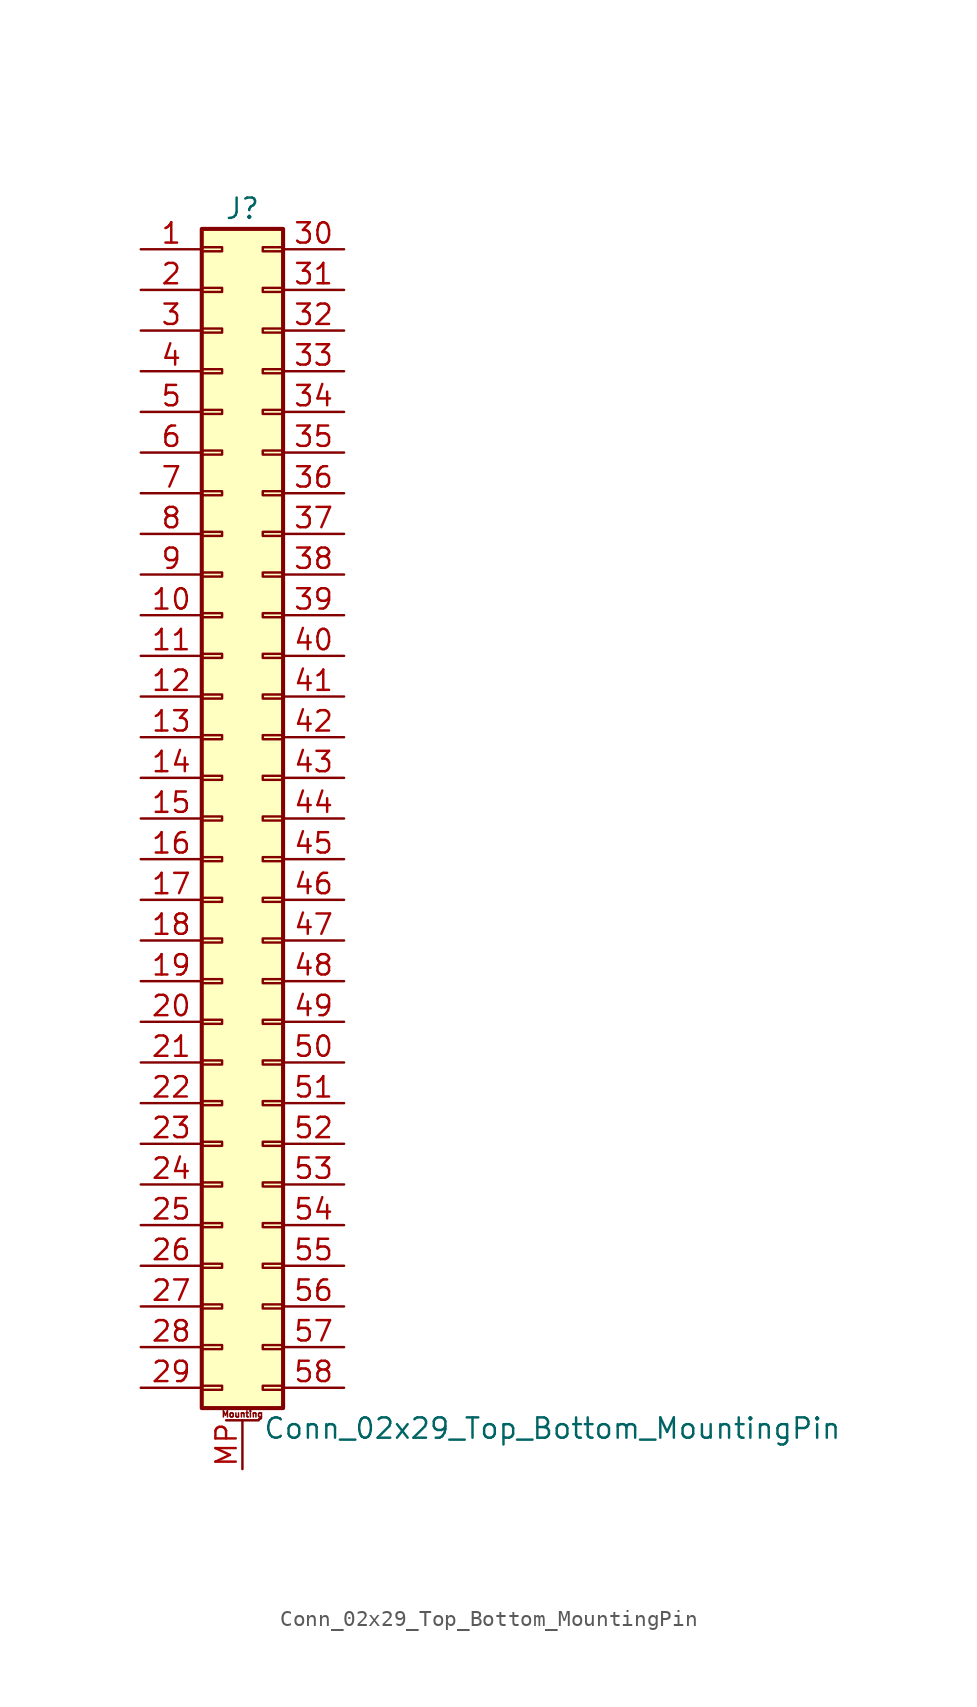
<source format=kicad_sym>
(kicad_symbol_lib
  (version 20211014)
  (generator kicad_symbol_editor)
  (symbol "Conn_02x29_Top_Bottom_MountingPin"
    (pin_names
      (offset 1.016) hide)
    (property "Reference" "J"
      (at 1.27 38.1 0)
      (effects (font (size 1.27 1.27))))
    (property "Value" "Conn_02x29_Top_Bottom_MountingPin"
      (at 2.54 -38.1 0)
      (effects (font (size 1.27 1.27)) (justify left)))
    (symbol "Conn_02x29_Top_Bottom_MountingPin_1_1"
      (rectangle (start -1.27 -35.433) (end 0 -35.687) (stroke (width 0.152) (type default) (color 0 0 0 0)) (fill (type none)))
      (rectangle (start -1.27 -32.893) (end 0 -33.147) (stroke (width 0.152) (type default) (color 0 0 0 0)) (fill (type none)))
      (rectangle (start -1.27 -30.353) (end 0 -30.607) (stroke (width 0.152) (type default) (color 0 0 0 0)) (fill (type none)))
      (rectangle (start -1.27 -27.813) (end 0 -28.067) (stroke (width 0.152) (type default) (color 0 0 0 0)) (fill (type none)))
      (rectangle (start -1.27 -25.273) (end 0 -25.527) (stroke (width 0.152) (type default) (color 0 0 0 0)) (fill (type none)))
      (rectangle (start -1.27 -22.733) (end 0 -22.987) (stroke (width 0.152) (type default) (color 0 0 0 0)) (fill (type none)))
      (rectangle (start -1.27 -20.193) (end 0 -20.447) (stroke (width 0.152) (type default) (color 0 0 0 0)) (fill (type none)))
      (rectangle (start -1.27 -17.653) (end 0 -17.907) (stroke (width 0.152) (type default) (color 0 0 0 0)) (fill (type none)))
      (rectangle (start -1.27 -15.113) (end 0 -15.367) (stroke (width 0.152) (type default) (color 0 0 0 0)) (fill (type none)))
      (rectangle (start -1.27 -12.573) (end 0 -12.827) (stroke (width 0.152) (type default) (color 0 0 0 0)) (fill (type none)))
      (rectangle (start -1.27 -10.033) (end 0 -10.287) (stroke (width 0.152) (type default) (color 0 0 0 0)) (fill (type none)))
      (rectangle (start -1.27 -7.493) (end 0 -7.747) (stroke (width 0.152) (type default) (color 0 0 0 0)) (fill (type none)))
      (rectangle (start -1.27 -4.953) (end 0 -5.207) (stroke (width 0.152) (type default) (color 0 0 0 0)) (fill (type none)))
      (rectangle (start -1.27 -2.413) (end 0 -2.667) (stroke (width 0.152) (type default) (color 0 0 0 0)) (fill (type none)))
      (rectangle (start -1.27 0.127) (end 0 -0.127) (stroke (width 0.152) (type default) (color 0 0 0 0)) (fill (type none)))
      (rectangle (start -1.27 2.667) (end 0 2.413) (stroke (width 0.152) (type default) (color 0 0 0 0)) (fill (type none)))
      (rectangle (start -1.27 5.207) (end 0 4.953) (stroke (width 0.152) (type default) (color 0 0 0 0)) (fill (type none)))
      (rectangle (start -1.27 7.747) (end 0 7.493) (stroke (width 0.152) (type default) (color 0 0 0 0)) (fill (type none)))
      (rectangle (start -1.27 10.287) (end 0 10.033) (stroke (width 0.152) (type default) (color 0 0 0 0)) (fill (type none)))
      (rectangle (start -1.27 12.827) (end 0 12.573) (stroke (width 0.152) (type default) (color 0 0 0 0)) (fill (type none)))
      (rectangle (start -1.27 15.367) (end 0 15.113) (stroke (width 0.152) (type default) (color 0 0 0 0)) (fill (type none)))
      (rectangle (start -1.27 17.907) (end 0 17.653) (stroke (width 0.152) (type default) (color 0 0 0 0)) (fill (type none)))
      (rectangle (start -1.27 20.447) (end 0 20.193) (stroke (width 0.152) (type default) (color 0 0 0 0)) (fill (type none)))
      (rectangle (start -1.27 22.987) (end 0 22.733) (stroke (width 0.152) (type default) (color 0 0 0 0)) (fill (type none)))
      (rectangle (start -1.27 25.527) (end 0 25.273) (stroke (width 0.152) (type default) (color 0 0 0 0)) (fill (type none)))
      (rectangle (start -1.27 28.067) (end 0 27.813) (stroke (width 0.152) (type default) (color 0 0 0 0)) (fill (type none)))
      (rectangle (start -1.27 30.607) (end 0 30.353) (stroke (width 0.152) (type default) (color 0 0 0 0)) (fill (type none)))
      (rectangle (start -1.27 33.147) (end 0 32.893) (stroke (width 0.152) (type default) (color 0 0 0 0)) (fill (type none)))
      (rectangle (start -1.27 35.687) (end 0 35.433) (stroke (width 0.152) (type default) (color 0 0 0 0)) (fill (type none)))
      (rectangle (start -1.27 36.83) (end 3.81 -36.83) (stroke (width 0.254) (type default) (color 0 0 0 0)) (fill (type background)))
      (polyline (pts (xy 0.254 -37.592) (xy 2.286 -37.592)) (stroke (width 0.152) (type default) (color 0 0 0 0)) (fill (type none)))
      (rectangle (start 3.81 -35.433) (end 2.54 -35.687) (stroke (width 0.152) (type default) (color 0 0 0 0)) (fill (type none)))
      (rectangle (start 3.81 -32.893) (end 2.54 -33.147) (stroke (width 0.152) (type default) (color 0 0 0 0)) (fill (type none)))
      (rectangle (start 3.81 -30.353) (end 2.54 -30.607) (stroke (width 0.152) (type default) (color 0 0 0 0)) (fill (type none)))
      (rectangle (start 3.81 -27.813) (end 2.54 -28.067) (stroke (width 0.152) (type default) (color 0 0 0 0)) (fill (type none)))
      (rectangle (start 3.81 -25.273) (end 2.54 -25.527) (stroke (width 0.152) (type default) (color 0 0 0 0)) (fill (type none)))
      (rectangle (start 3.81 -22.733) (end 2.54 -22.987) (stroke (width 0.152) (type default) (color 0 0 0 0)) (fill (type none)))
      (rectangle (start 3.81 -20.193) (end 2.54 -20.447) (stroke (width 0.152) (type default) (color 0 0 0 0)) (fill (type none)))
      (rectangle (start 3.81 -17.653) (end 2.54 -17.907) (stroke (width 0.152) (type default) (color 0 0 0 0)) (fill (type none)))
      (rectangle (start 3.81 -15.113) (end 2.54 -15.367) (stroke (width 0.152) (type default) (color 0 0 0 0)) (fill (type none)))
      (rectangle (start 3.81 -12.573) (end 2.54 -12.827) (stroke (width 0.152) (type default) (color 0 0 0 0)) (fill (type none)))
      (rectangle (start 3.81 -10.033) (end 2.54 -10.287) (stroke (width 0.152) (type default) (color 0 0 0 0)) (fill (type none)))
      (rectangle (start 3.81 -7.493) (end 2.54 -7.747) (stroke (width 0.152) (type default) (color 0 0 0 0)) (fill (type none)))
      (rectangle (start 3.81 -4.953) (end 2.54 -5.207) (stroke (width 0.152) (type default) (color 0 0 0 0)) (fill (type none)))
      (rectangle (start 3.81 -2.413) (end 2.54 -2.667) (stroke (width 0.152) (type default) (color 0 0 0 0)) (fill (type none)))
      (rectangle (start 3.81 0.127) (end 2.54 -0.127) (stroke (width 0.152) (type default) (color 0 0 0 0)) (fill (type none)))
      (rectangle (start 3.81 2.667) (end 2.54 2.413) (stroke (width 0.152) (type default) (color 0 0 0 0)) (fill (type none)))
      (rectangle (start 3.81 5.207) (end 2.54 4.953) (stroke (width 0.152) (type default) (color 0 0 0 0)) (fill (type none)))
      (rectangle (start 3.81 7.747) (end 2.54 7.493) (stroke (width 0.152) (type default) (color 0 0 0 0)) (fill (type none)))
      (rectangle (start 3.81 10.287) (end 2.54 10.033) (stroke (width 0.152) (type default) (color 0 0 0 0)) (fill (type none)))
      (rectangle (start 3.81 12.827) (end 2.54 12.573) (stroke (width 0.152) (type default) (color 0 0 0 0)) (fill (type none)))
      (rectangle (start 3.81 15.367) (end 2.54 15.113) (stroke (width 0.152) (type default) (color 0 0 0 0)) (fill (type none)))
      (rectangle (start 3.81 17.907) (end 2.54 17.653) (stroke (width 0.152) (type default) (color 0 0 0 0)) (fill (type none)))
      (rectangle (start 3.81 20.447) (end 2.54 20.193) (stroke (width 0.152) (type default) (color 0 0 0 0)) (fill (type none)))
      (rectangle (start 3.81 22.987) (end 2.54 22.733) (stroke (width 0.152) (type default) (color 0 0 0 0)) (fill (type none)))
      (rectangle (start 3.81 25.527) (end 2.54 25.273) (stroke (width 0.152) (type default) (color 0 0 0 0)) (fill (type none)))
      (rectangle (start 3.81 28.067) (end 2.54 27.813) (stroke (width 0.152) (type default) (color 0 0 0 0)) (fill (type none)))
      (rectangle (start 3.81 30.607) (end 2.54 30.353) (stroke (width 0.152) (type default) (color 0 0 0 0)) (fill (type none)))
      (rectangle (start 3.81 33.147) (end 2.54 32.893) (stroke (width 0.152) (type default) (color 0 0 0 0)) (fill (type none)))
      (rectangle (start 3.81 35.687) (end 2.54 35.433) (stroke (width 0.152) (type default) (color 0 0 0 0)) (fill (type none)))
      (text "Mounting" (at 1.27 -37.211 0) (effects (font (size 0.381 0.381))))
      (pin passive line (at -5.08 35.56 0) (length 3.81) (name "Pin_1" (effects (font (size 1.27 1.27)))) (number "1" (effects (font (size 1.27 1.27)))))
      (pin passive line (at -5.08 12.7 0) (length 3.81) (name "Pin_10" (effects (font (size 1.27 1.27)))) (number "10" (effects (font (size 1.27 1.27)))))
      (pin passive line (at -5.08 10.16 0) (length 3.81) (name "Pin_11" (effects (font (size 1.27 1.27)))) (number "11" (effects (font (size 1.27 1.27)))))
      (pin passive line (at -5.08 7.62 0) (length 3.81) (name "Pin_12" (effects (font (size 1.27 1.27)))) (number "12" (effects (font (size 1.27 1.27)))))
      (pin passive line (at -5.08 5.08 0) (length 3.81) (name "Pin_13" (effects (font (size 1.27 1.27)))) (number "13" (effects (font (size 1.27 1.27)))))
      (pin passive line (at -5.08 2.54 0) (length 3.81) (name "Pin_14" (effects (font (size 1.27 1.27)))) (number "14" (effects (font (size 1.27 1.27)))))
      (pin passive line (at -5.08 0 0) (length 3.81) (name "Pin_15" (effects (font (size 1.27 1.27)))) (number "15" (effects (font (size 1.27 1.27)))))
      (pin passive line (at -5.08 -2.54 0) (length 3.81) (name "Pin_16" (effects (font (size 1.27 1.27)))) (number "16" (effects (font (size 1.27 1.27)))))
      (pin passive line (at -5.08 -5.08 0) (length 3.81) (name "Pin_17" (effects (font (size 1.27 1.27)))) (number "17" (effects (font (size 1.27 1.27)))))
      (pin passive line (at -5.08 -7.62 0) (length 3.81) (name "Pin_18" (effects (font (size 1.27 1.27)))) (number "18" (effects (font (size 1.27 1.27)))))
      (pin passive line (at -5.08 -10.16 0) (length 3.81) (name "Pin_19" (effects (font (size 1.27 1.27)))) (number "19" (effects (font (size 1.27 1.27)))))
      (pin passive line (at -5.08 33.02 0) (length 3.81) (name "Pin_2" (effects (font (size 1.27 1.27)))) (number "2" (effects (font (size 1.27 1.27)))))
      (pin passive line (at -5.08 -12.7 0) (length 3.81) (name "Pin_20" (effects (font (size 1.27 1.27)))) (number "20" (effects (font (size 1.27 1.27)))))
      (pin passive line (at -5.08 -15.24 0) (length 3.81) (name "Pin_21" (effects (font (size 1.27 1.27)))) (number "21" (effects (font (size 1.27 1.27)))))
      (pin passive line (at -5.08 -17.78 0) (length 3.81) (name "Pin_22" (effects (font (size 1.27 1.27)))) (number "22" (effects (font (size 1.27 1.27)))))
      (pin passive line (at -5.08 -20.32 0) (length 3.81) (name "Pin_23" (effects (font (size 1.27 1.27)))) (number "23" (effects (font (size 1.27 1.27)))))
      (pin passive line (at -5.08 -22.86 0) (length 3.81) (name "Pin_24" (effects (font (size 1.27 1.27)))) (number "24" (effects (font (size 1.27 1.27)))))
      (pin passive line (at -5.08 -25.4 0) (length 3.81) (name "Pin_25" (effects (font (size 1.27 1.27)))) (number "25" (effects (font (size 1.27 1.27)))))
      (pin passive line (at -5.08 -27.94 0) (length 3.81) (name "Pin_26" (effects (font (size 1.27 1.27)))) (number "26" (effects (font (size 1.27 1.27)))))
      (pin passive line (at -5.08 -30.48 0) (length 3.81) (name "Pin_27" (effects (font (size 1.27 1.27)))) (number "27" (effects (font (size 1.27 1.27)))))
      (pin passive line (at -5.08 -33.02 0) (length 3.81) (name "Pin_28" (effects (font (size 1.27 1.27)))) (number "28" (effects (font (size 1.27 1.27)))))
      (pin passive line (at -5.08 -35.56 0) (length 3.81) (name "Pin_29" (effects (font (size 1.27 1.27)))) (number "29" (effects (font (size 1.27 1.27)))))
      (pin passive line (at -5.08 30.48 0) (length 3.81) (name "Pin_3" (effects (font (size 1.27 1.27)))) (number "3" (effects (font (size 1.27 1.27)))))
      (pin passive line (at 7.62 35.56 180) (length 3.81) (name "Pin_30" (effects (font (size 1.27 1.27)))) (number "30" (effects (font (size 1.27 1.27)))))
      (pin passive line (at 7.62 33.02 180) (length 3.81) (name "Pin_31" (effects (font (size 1.27 1.27)))) (number "31" (effects (font (size 1.27 1.27)))))
      (pin passive line (at 7.62 30.48 180) (length 3.81) (name "Pin_32" (effects (font (size 1.27 1.27)))) (number "32" (effects (font (size 1.27 1.27)))))
      (pin passive line (at 7.62 27.94 180) (length 3.81) (name "Pin_33" (effects (font (size 1.27 1.27)))) (number "33" (effects (font (size 1.27 1.27)))))
      (pin passive line (at 7.62 25.4 180) (length 3.81) (name "Pin_34" (effects (font (size 1.27 1.27)))) (number "34" (effects (font (size 1.27 1.27)))))
      (pin passive line (at 7.62 22.86 180) (length 3.81) (name "Pin_35" (effects (font (size 1.27 1.27)))) (number "35" (effects (font (size 1.27 1.27)))))
      (pin passive line (at 7.62 20.32 180) (length 3.81) (name "Pin_36" (effects (font (size 1.27 1.27)))) (number "36" (effects (font (size 1.27 1.27)))))
      (pin passive line (at 7.62 17.78 180) (length 3.81) (name "Pin_37" (effects (font (size 1.27 1.27)))) (number "37" (effects (font (size 1.27 1.27)))))
      (pin passive line (at 7.62 15.24 180) (length 3.81) (name "Pin_38" (effects (font (size 1.27 1.27)))) (number "38" (effects (font (size 1.27 1.27)))))
      (pin passive line (at 7.62 12.7 180) (length 3.81) (name "Pin_39" (effects (font (size 1.27 1.27)))) (number "39" (effects (font (size 1.27 1.27)))))
      (pin passive line (at -5.08 27.94 0) (length 3.81) (name "Pin_4" (effects (font (size 1.27 1.27)))) (number "4" (effects (font (size 1.27 1.27)))))
      (pin passive line (at 7.62 10.16 180) (length 3.81) (name "Pin_40" (effects (font (size 1.27 1.27)))) (number "40" (effects (font (size 1.27 1.27)))))
      (pin passive line (at 7.62 7.62 180) (length 3.81) (name "Pin_41" (effects (font (size 1.27 1.27)))) (number "41" (effects (font (size 1.27 1.27)))))
      (pin passive line (at 7.62 5.08 180) (length 3.81) (name "Pin_42" (effects (font (size 1.27 1.27)))) (number "42" (effects (font (size 1.27 1.27)))))
      (pin passive line (at 7.62 2.54 180) (length 3.81) (name "Pin_43" (effects (font (size 1.27 1.27)))) (number "43" (effects (font (size 1.27 1.27)))))
      (pin passive line (at 7.62 0 180) (length 3.81) (name "Pin_44" (effects (font (size 1.27 1.27)))) (number "44" (effects (font (size 1.27 1.27)))))
      (pin passive line (at 7.62 -2.54 180) (length 3.81) (name "Pin_45" (effects (font (size 1.27 1.27)))) (number "45" (effects (font (size 1.27 1.27)))))
      (pin passive line (at 7.62 -5.08 180) (length 3.81) (name "Pin_46" (effects (font (size 1.27 1.27)))) (number "46" (effects (font (size 1.27 1.27)))))
      (pin passive line (at 7.62 -7.62 180) (length 3.81) (name "Pin_47" (effects (font (size 1.27 1.27)))) (number "47" (effects (font (size 1.27 1.27)))))
      (pin passive line (at 7.62 -10.16 180) (length 3.81) (name "Pin_48" (effects (font (size 1.27 1.27)))) (number "48" (effects (font (size 1.27 1.27)))))
      (pin passive line (at 7.62 -12.7 180) (length 3.81) (name "Pin_49" (effects (font (size 1.27 1.27)))) (number "49" (effects (font (size 1.27 1.27)))))
      (pin passive line (at -5.08 25.4 0) (length 3.81) (name "Pin_5" (effects (font (size 1.27 1.27)))) (number "5" (effects (font (size 1.27 1.27)))))
      (pin passive line (at 7.62 -15.24 180) (length 3.81) (name "Pin_50" (effects (font (size 1.27 1.27)))) (number "50" (effects (font (size 1.27 1.27)))))
      (pin passive line (at 7.62 -17.78 180) (length 3.81) (name "Pin_51" (effects (font (size 1.27 1.27)))) (number "51" (effects (font (size 1.27 1.27)))))
      (pin passive line (at 7.62 -20.32 180) (length 3.81) (name "Pin_52" (effects (font (size 1.27 1.27)))) (number "52" (effects (font (size 1.27 1.27)))))
      (pin passive line (at 7.62 -22.86 180) (length 3.81) (name "Pin_53" (effects (font (size 1.27 1.27)))) (number "53" (effects (font (size 1.27 1.27)))))
      (pin passive line (at 7.62 -25.4 180) (length 3.81) (name "Pin_54" (effects (font (size 1.27 1.27)))) (number "54" (effects (font (size 1.27 1.27)))))
      (pin passive line (at 7.62 -27.94 180) (length 3.81) (name "Pin_55" (effects (font (size 1.27 1.27)))) (number "55" (effects (font (size 1.27 1.27)))))
      (pin passive line (at 7.62 -30.48 180) (length 3.81) (name "Pin_56" (effects (font (size 1.27 1.27)))) (number "56" (effects (font (size 1.27 1.27)))))
      (pin passive line (at 7.62 -33.02 180) (length 3.81) (name "Pin_57" (effects (font (size 1.27 1.27)))) (number "57" (effects (font (size 1.27 1.27)))))
      (pin passive line (at 7.62 -35.56 180) (length 3.81) (name "Pin_58" (effects (font (size 1.27 1.27)))) (number "58" (effects (font (size 1.27 1.27)))))
      (pin passive line (at -5.08 22.86 0) (length 3.81) (name "Pin_6" (effects (font (size 1.27 1.27)))) (number "6" (effects (font (size 1.27 1.27)))))
      (pin passive line (at -5.08 20.32 0) (length 3.81) (name "Pin_7" (effects (font (size 1.27 1.27)))) (number "7" (effects (font (size 1.27 1.27)))))
      (pin passive line (at -5.08 17.78 0) (length 3.81) (name "Pin_8" (effects (font (size 1.27 1.27)))) (number "8" (effects (font (size 1.27 1.27)))))
      (pin passive line (at -5.08 15.24 0) (length 3.81) (name "Pin_9" (effects (font (size 1.27 1.27)))) (number "9" (effects (font (size 1.27 1.27)))))
      (pin passive line (at 1.27 -40.64 90) (length 3.048) (name "MountPin" (effects (font (size 1.27 1.27)))) (number "MP" (effects (font (size 1.27 1.27))))))))
</source>
